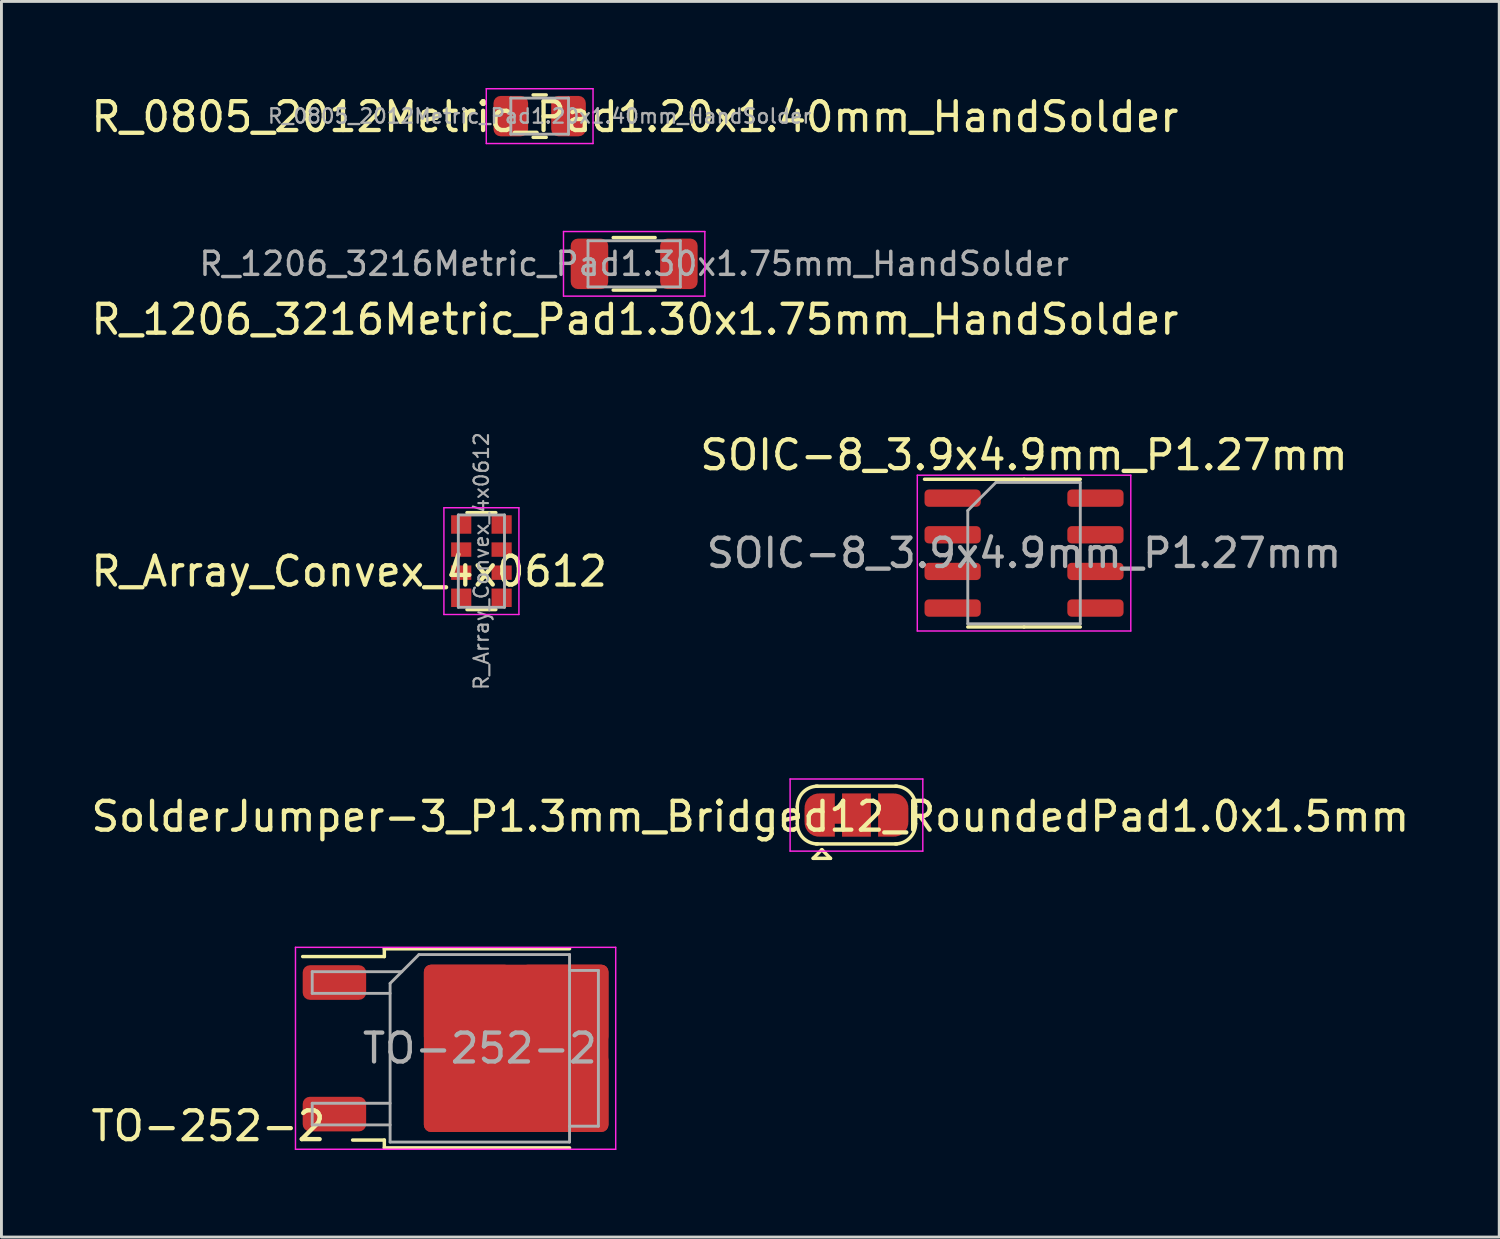
<source format=kicad_pcb>
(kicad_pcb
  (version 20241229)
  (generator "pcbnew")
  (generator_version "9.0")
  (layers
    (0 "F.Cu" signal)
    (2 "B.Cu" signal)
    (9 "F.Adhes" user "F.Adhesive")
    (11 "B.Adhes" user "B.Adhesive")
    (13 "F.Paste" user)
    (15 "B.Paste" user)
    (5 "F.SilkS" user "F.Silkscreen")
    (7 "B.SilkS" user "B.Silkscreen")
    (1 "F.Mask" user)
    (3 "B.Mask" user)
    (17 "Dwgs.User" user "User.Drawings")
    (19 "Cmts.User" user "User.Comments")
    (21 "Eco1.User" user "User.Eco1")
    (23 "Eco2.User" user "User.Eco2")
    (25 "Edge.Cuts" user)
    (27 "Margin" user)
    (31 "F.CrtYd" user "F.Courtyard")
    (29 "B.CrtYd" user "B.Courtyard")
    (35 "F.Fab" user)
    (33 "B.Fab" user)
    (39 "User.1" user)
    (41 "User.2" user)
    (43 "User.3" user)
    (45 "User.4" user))
  (footprint "SOIC-8_3.9x4.9mm_P1.27mm"
    (layer "F.Cu")
    (at 32.446 16.122)
    (property "Reference" "SOIC-8_3.9x4.9mm_P1.27mm" (at 0 -3.4 0) (layer "F.SilkS") (effects (font (size 1 1) (thickness 0.15))))
    (attr smd exclude_from_bom)
    (fp_line (start 0 -2.56) (end -3.45 -2.56) (stroke (width 0.12) (type solid)) (layer "F.SilkS"))
    (fp_line (start 0 -2.56) (end 1.95 -2.56) (stroke (width 0.12) (type solid)) (layer "F.SilkS"))
    (fp_line (start 0 2.56) (end -1.95 2.56) (stroke (width 0.12) (type solid)) (layer "F.SilkS"))
    (fp_line (start 0 2.56) (end 1.95 2.56) (stroke (width 0.12) (type solid)) (layer "F.SilkS"))
    (fp_line (start -3.7 -2.7) (end -3.7 2.7) (stroke (width 0.05) (type solid)) (layer "F.CrtYd"))
    (fp_line (start -3.7 2.7) (end 3.7 2.7) (stroke (width 0.05) (type solid)) (layer "F.CrtYd"))
    (fp_line (start 3.7 -2.7) (end -3.7 -2.7) (stroke (width 0.05) (type solid)) (layer "F.CrtYd"))
    (fp_line (start 3.7 2.7) (end 3.7 -2.7) (stroke (width 0.05) (type solid)) (layer "F.CrtYd"))
    (fp_line (start -1.95 -1.475) (end -0.975 -2.45) (stroke (width 0.1) (type solid)) (layer "F.Fab"))
    (fp_line (start -1.95 2.45) (end -1.95 -1.475) (stroke (width 0.1) (type solid)) (layer "F.Fab"))
    (fp_line (start -0.975 -2.45) (end 1.95 -2.45) (stroke (width 0.1) (type solid)) (layer "F.Fab"))
    (fp_line (start 1.95 -2.45) (end 1.95 2.45) (stroke (width 0.1) (type solid)) (layer "F.Fab"))
    (fp_line (start 1.95 2.45) (end -1.95 2.45) (stroke (width 0.1) (type solid)) (layer "F.Fab"))
    (fp_text user "${REFERENCE}" (at 0 0 0) (layer "F.Fab") (effects (font (size 0.98 0.98) (thickness 0.15))))
    (pad "1" smd roundrect (at -2.475 -1.905) (size 1.95 0.6) (layers "F.Cu" "F.Mask" "F.Paste") (roundrect_rratio 0.25))
    (pad "2" smd roundrect (at -2.475 -0.635) (size 1.95 0.6) (layers "F.Cu" "F.Mask" "F.Paste") (roundrect_rratio 0.25))
    (pad "3" smd roundrect (at -2.475 0.635) (size 1.95 0.6) (layers "F.Cu" "F.Mask" "F.Paste") (roundrect_rratio 0.25))
    (pad "4" smd roundrect (at -2.475 1.905) (size 1.95 0.6) (layers "F.Cu" "F.Mask" "F.Paste") (roundrect_rratio 0.25))
    (pad "5" smd roundrect (at 2.475 1.905) (size 1.95 0.6) (layers "F.Cu" "F.Mask" "F.Paste") (roundrect_rratio 0.25))
    (pad "6" smd roundrect (at 2.475 0.635) (size 1.95 0.6) (layers "F.Cu" "F.Mask" "F.Paste") (roundrect_rratio 0.25))
    (pad "7" smd roundrect (at 2.475 -0.635) (size 1.95 0.6) (layers "F.Cu" "F.Mask" "F.Paste") (roundrect_rratio 0.25))
    (pad "8" smd roundrect (at 2.475 -1.905) (size 1.95 0.6) (layers "F.Cu" "F.Mask" "F.Paste") (roundrect_rratio 0.25)))
  (footprint "R_1206_3216Metric_Pad1.30x1.75mm_HandSolder"
    (layer "F.Cu")
    (at 18.932 6.095)
    (property "Reference" "R_1206_3216Metric_Pad1.30x1.75mm_HandSolder" (at 0.026 1.93 0) (layer "F.SilkS") (effects (font (size 1 1) (thickness 0.15))))
    (attr smd)
    (fp_line (start -0.727 -0.91) (end 0.727 -0.91) (stroke (width 0.12) (type solid)) (layer "F.SilkS"))
    (fp_line (start -0.727 0.91) (end 0.727 0.91) (stroke (width 0.12) (type solid)) (layer "F.SilkS"))
    (fp_line (start -2.45 -1.12) (end 2.45 -1.12) (stroke (width 0.05) (type solid)) (layer "F.CrtYd"))
    (fp_line (start -2.45 1.12) (end -2.45 -1.12) (stroke (width 0.05) (type solid)) (layer "F.CrtYd"))
    (fp_line (start 2.45 -1.12) (end 2.45 1.12) (stroke (width 0.05) (type solid)) (layer "F.CrtYd"))
    (fp_line (start 2.45 1.12) (end -2.45 1.12) (stroke (width 0.05) (type solid)) (layer "F.CrtYd"))
    (fp_line (start -1.6 -0.8) (end 1.6 -0.8) (stroke (width 0.1) (type solid)) (layer "F.Fab"))
    (fp_line (start -1.6 0.8) (end -1.6 -0.8) (stroke (width 0.1) (type solid)) (layer "F.Fab"))
    (fp_line (start 1.6 -0.8) (end 1.6 0.8) (stroke (width 0.1) (type solid)) (layer "F.Fab"))
    (fp_line (start 1.6 0.8) (end -1.6 0.8) (stroke (width 0.1) (type solid)) (layer "F.Fab"))
    (fp_text user "${REFERENCE}" (at 0 0 0) (layer "F.Fab") (effects (font (size 0.8 0.8) (thickness 0.12))))
    (pad "1" smd roundrect (at -1.55 0) (size 1.3 1.75) (layers "F.Cu" "F.Mask" "F.Paste") (roundrect_rratio 0.192))
    (pad "2" smd roundrect (at 1.55 0) (size 1.3 1.75) (layers "F.Cu" "F.Mask" "F.Paste") (roundrect_rratio 0.192)))
  (footprint "TO-252-2"
    (layer "F.Cu")
    (at 13.582 33.287)
    (property "Reference" "TO-252-2" (at -9.409 2.693 180) (layer "F.SilkS") (effects (font (size 1 1) (thickness 0.15))))
    (attr smd)
    (fp_line (start -3.31 -3.45) (end -3.31 -3.18) (stroke (width 0.12) (type solid)) (layer "F.SilkS"))
    (fp_line (start -3.31 -3.18) (end -6.14 -3.18) (stroke (width 0.12) (type solid)) (layer "F.SilkS"))
    (fp_line (start -3.31 3.18) (end -4.41 3.18) (stroke (width 0.12) (type solid)) (layer "F.SilkS"))
    (fp_line (start -3.31 3.45) (end -3.31 3.18) (stroke (width 0.12) (type solid)) (layer "F.SilkS"))
    (fp_line (start 3.11 -3.45) (end -3.31 -3.45) (stroke (width 0.12) (type solid)) (layer "F.SilkS"))
    (fp_line (start 3.11 3.45) (end -3.31 3.45) (stroke (width 0.12) (type solid)) (layer "F.SilkS"))
    (fp_line (start -6.39 -3.5) (end -6.39 3.5) (stroke (width 0.05) (type solid)) (layer "F.CrtYd"))
    (fp_line (start -6.39 3.5) (end 4.71 3.5) (stroke (width 0.05) (type solid)) (layer "F.CrtYd"))
    (fp_line (start 4.71 -3.5) (end -6.39 -3.5) (stroke (width 0.05) (type solid)) (layer "F.CrtYd"))
    (fp_line (start 4.71 3.5) (end 4.71 -3.5) (stroke (width 0.05) (type solid)) (layer "F.CrtYd"))
    (fp_line (start -5.81 -2.655) (end -5.81 -1.905) (stroke (width 0.1) (type solid)) (layer "F.Fab"))
    (fp_line (start -5.81 -1.905) (end -3.11 -1.905) (stroke (width 0.1) (type solid)) (layer "F.Fab"))
    (fp_line (start -5.81 1.905) (end -5.81 2.655) (stroke (width 0.1) (type solid)) (layer "F.Fab"))
    (fp_line (start -5.81 2.655) (end -3.11 2.655) (stroke (width 0.1) (type solid)) (layer "F.Fab"))
    (fp_line (start -3.11 -2.25) (end -2.11 -3.25) (stroke (width 0.1) (type solid)) (layer "F.Fab"))
    (fp_line (start -3.11 1.905) (end -5.81 1.905) (stroke (width 0.1) (type solid)) (layer "F.Fab"))
    (fp_line (start -3.11 3.25) (end -3.11 -2.25) (stroke (width 0.1) (type solid)) (layer "F.Fab"))
    (fp_line (start -2.705 -2.655) (end -5.81 -2.655) (stroke (width 0.1) (type solid)) (layer "F.Fab"))
    (fp_line (start -2.11 -3.25) (end 3.11 -3.25) (stroke (width 0.1) (type solid)) (layer "F.Fab"))
    (fp_line (start 3.11 -3.25) (end 3.11 3.25) (stroke (width 0.1) (type solid)) (layer "F.Fab"))
    (fp_line (start 3.11 -2.7) (end 4.11 -2.7) (stroke (width 0.1) (type solid)) (layer "F.Fab"))
    (fp_line (start 3.11 3.25) (end -3.11 3.25) (stroke (width 0.1) (type solid)) (layer "F.Fab"))
    (fp_line (start 4.11 -2.7) (end 4.11 2.7) (stroke (width 0.1) (type solid)) (layer "F.Fab"))
    (fp_line (start 4.11 2.7) (end 3.11 2.7) (stroke (width 0.1) (type solid)) (layer "F.Fab"))
    (fp_text user "${REFERENCE}" (at 0 0 180) (layer "F.Fab") (effects (font (size 1 1) (thickness 0.15))))
    (pad "1" smd roundrect (at -5.04 -2.28) (size 2.2 1.2) (layers "F.Cu" "F.Mask" "F.Paste") (roundrect_rratio 0.208))
    (pad "2" smd roundrect (at -0.415 -1.525) (size 3.05 2.75) (layers "F.Cu" "F.Paste") (roundrect_rratio 0.091))
    (pad "2" smd roundrect (at -0.415 1.525) (size 3.05 2.75) (layers "F.Cu" "F.Paste") (roundrect_rratio 0.091))
    (pad "2" smd roundrect (at 1.26 0) (size 6.4 5.8) (layers "F.Cu" "F.Mask") (roundrect_rratio 0.043))
    (pad "2" smd roundrect (at 2.935 -1.525) (size 3.05 2.75) (layers "F.Cu" "F.Paste") (roundrect_rratio 0.091))
    (pad "2" smd roundrect (at 2.935 1.525) (size 3.05 2.75) (layers "F.Cu" "F.Paste") (roundrect_rratio 0.091))
    (pad "3" smd roundrect (at -5.04 2.28) (size 2.2 1.2) (layers "F.Cu" "F.Mask" "F.Paste") (roundrect_rratio 0.208)))
  (footprint "R_Array_Convex_4x0612"
    (layer "F.Cu")
    (at 13.637 16.4)
    (property "Reference" "R_Array_Convex_4x0612" (at -4.583 0.356 0) (layer "F.SilkS") (effects (font (size 1 1) (thickness 0.15))))
    (attr smd)
    (fp_line (start 0.5 -1.68) (end -0.5 -1.68) (stroke (width 0.12) (type solid)) (layer "F.SilkS"))
    (fp_line (start 0.5 1.68) (end -0.5 1.68) (stroke (width 0.12) (type solid)) (layer "F.SilkS"))
    (fp_line (start -1.3 -1.85) (end -1.3 1.85) (stroke (width 0.05) (type solid)) (layer "F.CrtYd"))
    (fp_line (start -1.3 -1.85) (end 1.3 -1.85) (stroke (width 0.05) (type solid)) (layer "F.CrtYd"))
    (fp_line (start 1.3 1.85) (end -1.3 1.85) (stroke (width 0.05) (type solid)) (layer "F.CrtYd"))
    (fp_line (start 1.3 1.85) (end 1.3 -1.85) (stroke (width 0.05) (type solid)) (layer "F.CrtYd"))
    (fp_line (start -0.8 -1.6) (end 0.8 -1.6) (stroke (width 0.1) (type solid)) (layer "F.Fab"))
    (fp_line (start -0.8 1.6) (end -0.8 -1.6) (stroke (width 0.1) (type solid)) (layer "F.Fab"))
    (fp_line (start 0.8 -1.6) (end 0.8 1.6) (stroke (width 0.1) (type solid)) (layer "F.Fab"))
    (fp_line (start 0.8 1.6) (end -0.8 1.6) (stroke (width 0.1) (type solid)) (layer "F.Fab"))
    (fp_text user "${REFERENCE}" (at 0 0 90) (layer "F.Fab") (effects (font (size 0.5 0.5) (thickness 0.075))))
    (pad "1" smd rect (at -0.7 -1.27) (size 0.7 0.64) (layers "F.Cu" "F.Mask" "F.Paste"))
    (pad "2" smd rect (at -0.7 -0.4) (size 0.7 0.5) (layers "F.Cu" "F.Mask" "F.Paste"))
    (pad "3" smd rect (at -0.7 0.4) (size 0.7 0.5) (layers "F.Cu" "F.Mask" "F.Paste"))
    (pad "4" smd rect (at -0.7 1.27) (size 0.7 0.64) (layers "F.Cu" "F.Mask" "F.Paste"))
    (pad "5" smd rect (at 0.7 1.27) (size 0.7 0.64) (layers "F.Cu" "F.Mask" "F.Paste"))
    (pad "6" smd rect (at 0.7 0.4) (size 0.7 0.5) (layers "F.Cu" "F.Mask" "F.Paste"))
    (pad "7" smd rect (at 0.7 -0.4) (size 0.7 0.5) (layers "F.Cu" "F.Mask" "F.Paste"))
    (pad "8" smd rect (at 0.7 -1.27) (size 0.7 0.64) (layers "F.Cu" "F.Mask" "F.Paste")))
  (footprint "SolderJumper-3_P1.3mm_Bridged12_RoundedPad1.0x1.5mm"
    (layer "F.Cu")
    (at 26.637 25.202)
    (property "Reference" "SolderJumper-3_P1.3mm_Bridged12_RoundedPad1.0x1.5mm" (at -3.678 0.051 0) (layer "F.SilkS") (effects (font (size 1 1) (thickness 0.15))))
    (attr exclude_from_pos_files)
    (fp_poly (pts (xy -0.9 -0.3) (xy -0.4 -0.3) (xy -0.4 0.3) (xy -0.9 0.3)) (stroke (width 0) (type solid)) (fill yes) (layer "F.Cu"))
    (fp_line (start -2.05 0.3) (end -2.05 -0.3) (stroke (width 0.12) (type solid)) (layer "F.SilkS"))
    (fp_line (start -1.5 1.5) (end -0.9 1.5) (stroke (width 0.12) (type solid)) (layer "F.SilkS"))
    (fp_line (start -1.4 -1) (end 1.4 -1) (stroke (width 0.12) (type solid)) (layer "F.SilkS"))
    (fp_line (start -1.2 1.2) (end -1.5 1.5) (stroke (width 0.12) (type solid)) (layer "F.SilkS"))
    (fp_line (start -1.2 1.2) (end -0.9 1.5) (stroke (width 0.12) (type solid)) (layer "F.SilkS"))
    (fp_line (start 1.4 1) (end -1.4 1) (stroke (width 0.12) (type solid)) (layer "F.SilkS"))
    (fp_line (start 2.05 -0.3) (end 2.05 0.3) (stroke (width 0.12) (type solid)) (layer "F.SilkS"))
    (fp_arc (start -2.05 -0.3) (mid -1.844975 -0.794975) (end -1.35 -1) (stroke (width 0.12) (type solid)) (layer "F.SilkS"))
    (fp_arc (start -1.35 1) (mid -1.844975 0.794975) (end -2.05 0.3) (stroke (width 0.12) (type solid)) (layer "F.SilkS"))
    (fp_arc (start 1.35 -1) (mid 1.844975 -0.794975) (end 2.05 -0.3) (stroke (width 0.12) (type solid)) (layer "F.SilkS"))
    (fp_arc (start 2.05 0.3) (mid 1.844975 0.794975) (end 1.35 1) (stroke (width 0.12) (type solid)) (layer "F.SilkS"))
    (fp_line (start -2.3 -1.25) (end -2.3 1.25) (stroke (width 0.05) (type solid)) (layer "F.CrtYd"))
    (fp_line (start -2.3 -1.25) (end 2.3 -1.25) (stroke (width 0.05) (type solid)) (layer "F.CrtYd"))
    (fp_line (start 2.3 1.25) (end -2.3 1.25) (stroke (width 0.05) (type solid)) (layer "F.CrtYd"))
    (fp_line (start 2.3 1.25) (end 2.3 -1.25) (stroke (width 0.05) (type solid)) (layer "F.CrtYd"))
    (pad "1" smd custom (at -1.3 0) (size 1 0.5) (layers "F.Cu" "F.Mask") (options (anchor rect)) (primitives (gr_circle (center 0 0.25) (end 0.5 0.25) (width 0) (fill yes)) (gr_circle (center 0 -0.25) (end 0.5 -0.25) (width 0) (fill yes)) (gr_poly (pts (xy 0.55 0.75) (xy 0 0.75) (xy 0 -0.75) (xy 0.55 -0.75)) (width 0) (fill yes))))
    (pad "2" smd rect (at 0 0) (size 1 1.5) (layers "F.Cu" "F.Mask"))
    (pad "3" smd custom (at 1.3 0) (size 1 0.5) (layers "F.Cu" "F.Mask") (options (anchor rect)) (primitives (gr_circle (center 0 0.25) (end 0.5 0.25) (width 0) (fill yes)) (gr_circle (center 0 -0.25) (end 0.5 -0.25) (width 0) (fill yes)) (gr_poly (pts (xy 0 0.75) (xy -0.55 0.75) (xy -0.55 -0.75) (xy 0 -0.75)) (width 0) (fill yes)))))
  (footprint "R_0805_2012Metric_Pad1.20x1.40mm_HandSolder"
    (layer "F.Cu")
    (at 15.656 0.975)
    (property "Reference" "R_0805_2012Metric_Pad1.20x1.40mm_HandSolder" (at 3.302 0.027 180) (layer "F.SilkS") (effects (font (size 1 1) (thickness 0.15))))
    (attr smd)
    (fp_line (start -0.227 -0.735) (end 0.227 -0.735) (stroke (width 0.12) (type solid)) (layer "F.SilkS"))
    (fp_line (start -0.227 0.735) (end 0.227 0.735) (stroke (width 0.12) (type solid)) (layer "F.SilkS"))
    (fp_line (start -1.85 -0.95) (end 1.85 -0.95) (stroke (width 0.05) (type solid)) (layer "F.CrtYd"))
    (fp_line (start -1.85 0.95) (end -1.85 -0.95) (stroke (width 0.05) (type solid)) (layer "F.CrtYd"))
    (fp_line (start 1.85 -0.95) (end 1.85 0.95) (stroke (width 0.05) (type solid)) (layer "F.CrtYd"))
    (fp_line (start 1.85 0.95) (end -1.85 0.95) (stroke (width 0.05) (type solid)) (layer "F.CrtYd"))
    (fp_line (start -1 -0.625) (end 1 -0.625) (stroke (width 0.1) (type solid)) (layer "F.Fab"))
    (fp_line (start -1 0.625) (end -1 -0.625) (stroke (width 0.1) (type solid)) (layer "F.Fab"))
    (fp_line (start 1 -0.625) (end 1 0.625) (stroke (width 0.1) (type solid)) (layer "F.Fab"))
    (fp_line (start 1 0.625) (end -1 0.625) (stroke (width 0.1) (type solid)) (layer "F.Fab"))
    (fp_text user "${REFERENCE}" (at 0 0 180) (layer "F.Fab") (effects (font (size 0.5 0.5) (thickness 0.08))))
    (pad "1" smd roundrect (at -1 0) (size 1.2 1.4) (layers "F.Cu" "F.Mask" "F.Paste") (roundrect_rratio 0.208))
    (pad "2" smd roundrect (at 1 0) (size 1.2 1.4) (layers "F.Cu" "F.Mask" "F.Paste") (roundrect_rratio 0.208)))
  (gr_rect
    (start -3 -3)
    (end 48.917 39.829)
    (stroke (width 0.1) (type default))
    (fill no)
    (layer "Edge.Cuts")))
</source>
